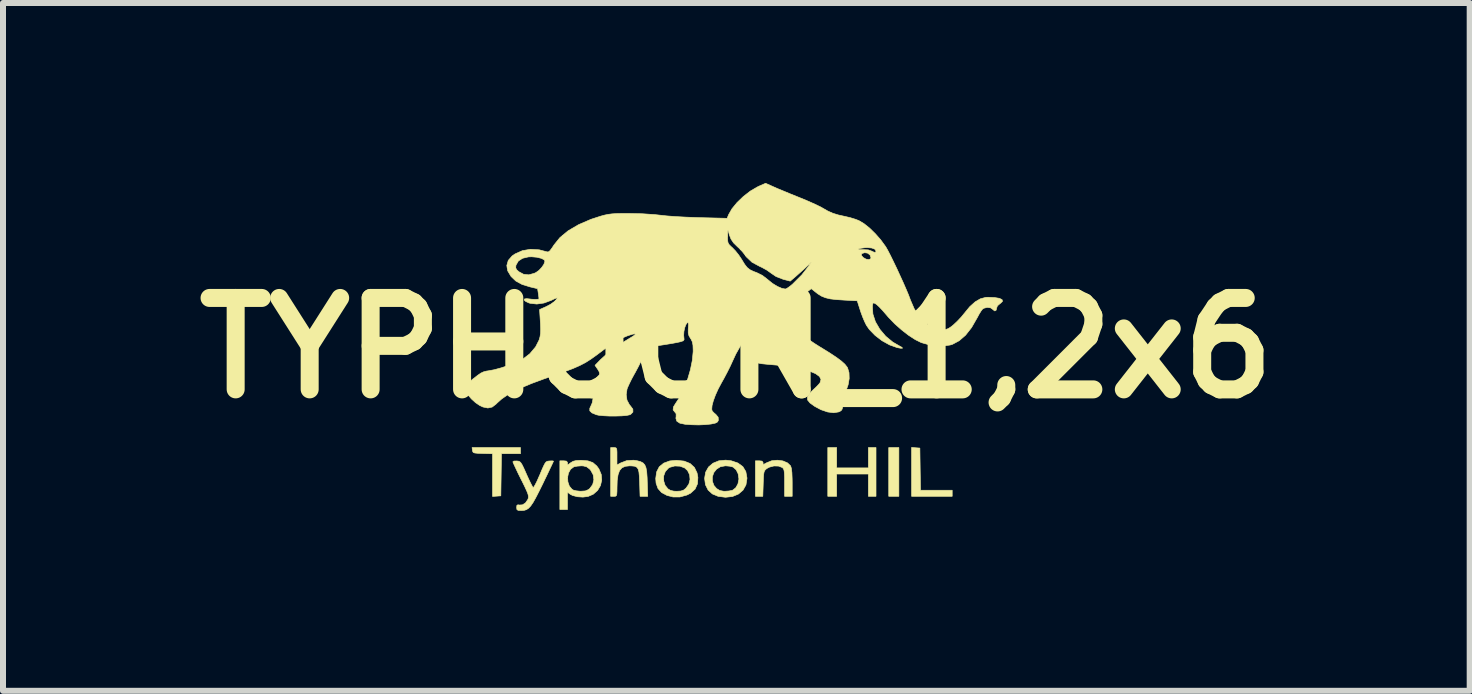
<source format=kicad_pcb>
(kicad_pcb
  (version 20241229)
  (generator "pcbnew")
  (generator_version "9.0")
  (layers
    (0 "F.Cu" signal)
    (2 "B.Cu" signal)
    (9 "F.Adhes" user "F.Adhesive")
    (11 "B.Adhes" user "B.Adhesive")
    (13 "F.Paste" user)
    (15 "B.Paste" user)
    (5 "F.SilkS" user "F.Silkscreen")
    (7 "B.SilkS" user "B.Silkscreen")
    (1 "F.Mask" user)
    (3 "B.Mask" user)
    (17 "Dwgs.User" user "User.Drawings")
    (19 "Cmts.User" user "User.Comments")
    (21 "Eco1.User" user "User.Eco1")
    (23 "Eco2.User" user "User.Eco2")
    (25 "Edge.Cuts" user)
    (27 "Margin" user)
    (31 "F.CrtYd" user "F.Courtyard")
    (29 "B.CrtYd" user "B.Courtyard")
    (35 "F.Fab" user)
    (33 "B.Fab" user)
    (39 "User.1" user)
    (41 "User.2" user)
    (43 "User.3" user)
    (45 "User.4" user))
  (footprint "TYPHOON_1,2x6"
    (layer "F.Cu")
    (at 9.224 2.751)
    (property "Reference" "TYPHOON_1,2x6" (at 0 0 0) (layer "F.SilkS") (effects (font (size 1.524 1.524) (thickness 0.3))))
    (attr through_hole)
    (fp_poly (pts (xy 2.709 2.472) (xy 2.54 2.472) (xy 2.54 1.659) (xy 2.709 1.659) (xy 2.709 2.472)) (stroke (width 0.01) (type solid)) (fill yes) (layer "F.SilkS"))
    (fp_poly (pts (xy 2.99 1.663) (xy 3.059 1.668) (xy 3.064 2.019) (xy 3.07 2.371) (xy 3.598 2.371) (xy 3.598 2.472) (xy 2.921 2.472) (xy 2.921 1.657) (xy 2.99 1.663)) (stroke (width 0.01) (type solid)) (fill yes) (layer "F.SilkS"))
    (fp_poly (pts (xy 1.672 1.998) (xy 2.201 1.998) (xy 2.201 1.659) (xy 2.328 1.659) (xy 2.328 2.472) (xy 2.201 2.472) (xy 2.201 2.1) (xy 1.672 2.1) (xy 1.672 2.472) (xy 1.524 2.472) (xy 1.524 1.659) (xy 1.672 1.659) (xy 1.672 1.998)) (stroke (width 0.01) (type solid)) (fill yes) (layer "F.SilkS"))
    (fp_poly (pts (xy -3.598 1.761) (xy -3.915 1.761) (xy -3.926 2.464) (xy -3.995 2.469) (xy -4.064 2.474) (xy -4.064 1.762) (xy -4.228 1.758) (xy -4.31 1.755) (xy -4.36 1.75) (xy -4.385 1.741) (xy -4.395 1.724) (xy -4.399 1.706) (xy -4.405 1.659) (xy -3.598 1.659) (xy -3.598 1.761)) (stroke (width 0.01) (type solid)) (fill yes) (layer "F.SilkS"))
    (fp_poly (pts (xy 0.776 1.882) (xy 0.853 1.915) (xy 0.904 1.964) (xy 0.917 2.005) (xy 0.926 2.077) (xy 0.93 2.18) (xy 0.931 2.239) (xy 0.931 2.472) (xy 0.804 2.472) (xy 0.804 2.246) (xy 0.804 2.153) (xy 0.801 2.087) (xy 0.796 2.044) (xy 0.787 2.016) (xy 0.773 1.998) (xy 0.766 1.992) (xy 0.704 1.968) (xy 0.627 1.966) (xy 0.55 1.986) (xy 0.514 2.005) (xy 0.49 2.023) (xy 0.473 2.042) (xy 0.462 2.068) (xy 0.455 2.108) (xy 0.451 2.168) (xy 0.448 2.256) (xy 0.448 2.259) (xy 0.441 2.472) (xy 0.318 2.472) (xy 0.318 1.88) (xy 0.381 1.88) (xy 0.427 1.885) (xy 0.444 1.905) (xy 0.445 1.914) (xy 0.446 1.936) (xy 0.459 1.938) (xy 0.492 1.92) (xy 0.505 1.913) (xy 0.59 1.879) (xy 0.684 1.87) (xy 0.776 1.882)) (stroke (width 0.01) (type solid)) (fill yes) (layer "F.SilkS"))
    (fp_poly (pts (xy -2.017 1.661) (xy -2.001 1.669) (xy -1.993 1.691) (xy -1.99 1.734) (xy -1.99 1.803) (xy -1.99 1.95) (xy -1.931 1.917) (xy -1.827 1.877) (xy -1.712 1.87) (xy -1.653 1.879) (xy -1.597 1.894) (xy -1.555 1.916) (xy -1.526 1.948) (xy -1.506 1.997) (xy -1.494 2.067) (xy -1.487 2.163) (xy -1.485 2.23) (xy -1.477 2.472) (xy -1.605 2.472) (xy -1.612 2.242) (xy -1.617 2.139) (xy -1.624 2.065) (xy -1.638 2.016) (xy -1.661 1.986) (xy -1.696 1.97) (xy -1.746 1.965) (xy -1.78 1.964) (xy -1.852 1.972) (xy -1.907 1.997) (xy -1.947 2.043) (xy -1.972 2.113) (xy -1.986 2.21) (xy -1.989 2.316) (xy -1.99 2.389) (xy -1.993 2.435) (xy -2 2.46) (xy -2.013 2.47) (xy -2.036 2.472) (xy -2.043 2.472) (xy -2.095 2.472) (xy -2.095 1.659) (xy -2.043 1.659) (xy -2.017 1.661)) (stroke (width 0.01) (type solid)) (fill yes) (layer "F.SilkS"))
    (fp_poly (pts (xy -0.87 1.885) (xy -0.771 1.925) (xy -0.699 1.991) (xy -0.655 2.082) (xy -0.641 2.157) (xy -0.648 2.264) (xy -0.688 2.352) (xy -0.763 2.42) (xy -0.825 2.451) (xy -0.942 2.483) (xy -1.056 2.483) (xy -1.156 2.457) (xy -1.246 2.409) (xy -1.306 2.342) (xy -1.338 2.253) (xy -1.341 2.212) (xy -1.212 2.212) (xy -1.188 2.288) (xy -1.141 2.347) (xy -1.097 2.374) (xy -1.041 2.386) (xy -0.993 2.388) (xy -0.925 2.384) (xy -0.88 2.369) (xy -0.841 2.338) (xy -0.792 2.27) (xy -0.772 2.192) (xy -0.779 2.113) (xy -0.813 2.043) (xy -0.861 1.999) (xy -0.938 1.97) (xy -1.026 1.966) (xy -1.107 1.988) (xy -1.132 2.002) (xy -1.184 2.059) (xy -1.211 2.132) (xy -1.212 2.212) (xy -1.341 2.212) (xy -1.344 2.176) (xy -1.329 2.066) (xy -1.285 1.98) (xy -1.211 1.919) (xy -1.11 1.882) (xy -0.995 1.872) (xy -0.87 1.885)) (stroke (width 0.01) (type solid)) (fill yes) (layer "F.SilkS"))
    (fp_poly (pts (xy -0.087 1.879) (xy 0.026 1.917) (xy 0.108 1.977) (xy 0.158 2.06) (xy 0.177 2.165) (xy 0.177 2.176) (xy 0.16 2.282) (xy 0.111 2.369) (xy 0.035 2.434) (xy -0.064 2.475) (xy -0.181 2.488) (xy -0.304 2.472) (xy -0.4 2.432) (xy -0.471 2.367) (xy -0.515 2.279) (xy -0.529 2.175) (xy -0.525 2.147) (xy -0.4 2.147) (xy -0.4 2.22) (xy -0.373 2.292) (xy -0.329 2.343) (xy -0.277 2.375) (xy -0.214 2.387) (xy -0.19 2.388) (xy -0.124 2.383) (xy -0.07 2.373) (xy -0.062 2.37) (xy -0.01 2.33) (xy 0.026 2.267) (xy 0.042 2.189) (xy 0.042 2.176) (xy 0.03 2.097) (xy -0.003 2.03) (xy -0.053 1.986) (xy -0.062 1.982) (xy -0.11 1.97) (xy -0.175 1.964) (xy -0.185 1.964) (xy -0.266 1.979) (xy -0.33 2.019) (xy -0.376 2.077) (xy -0.4 2.147) (xy -0.525 2.147) (xy -0.512 2.07) (xy -0.464 1.984) (xy -0.389 1.92) (xy -0.292 1.88) (xy -0.178 1.869) (xy -0.087 1.879)) (stroke (width 0.01) (type solid)) (fill yes) (layer "F.SilkS"))
    (fp_poly (pts (xy -2.474 1.881) (xy -2.392 1.91) (xy -2.327 1.966) (xy -2.291 2.015) (xy -2.252 2.108) (xy -2.244 2.202) (xy -2.265 2.293) (xy -2.313 2.374) (xy -2.385 2.437) (xy -2.471 2.474) (xy -2.557 2.485) (xy -2.649 2.479) (xy -2.73 2.458) (xy -2.77 2.437) (xy -2.815 2.403) (xy -2.815 2.692) (xy -2.942 2.692) (xy -2.942 2.157) (xy -2.813 2.157) (xy -2.808 2.232) (xy -2.784 2.301) (xy -2.74 2.354) (xy -2.715 2.369) (xy -2.671 2.38) (xy -2.606 2.387) (xy -2.587 2.387) (xy -2.516 2.382) (xy -2.466 2.36) (xy -2.445 2.344) (xy -2.395 2.277) (xy -2.375 2.197) (xy -2.386 2.114) (xy -2.428 2.037) (xy -2.448 2.015) (xy -2.497 1.979) (xy -2.553 1.965) (xy -2.586 1.964) (xy -2.651 1.969) (xy -2.704 1.979) (xy -2.711 1.982) (xy -2.764 2.022) (xy -2.798 2.084) (xy -2.813 2.157) (xy -2.942 2.157) (xy -2.942 1.88) (xy -2.879 1.88) (xy -2.833 1.885) (xy -2.816 1.904) (xy -2.815 1.916) (xy -2.814 1.94) (xy -2.802 1.942) (xy -2.772 1.921) (xy -2.761 1.912) (xy -2.72 1.888) (xy -2.671 1.876) (xy -2.599 1.872) (xy -2.582 1.872) (xy -2.474 1.881)) (stroke (width 0.01) (type solid)) (fill yes) (layer "F.SilkS"))
    (fp_poly (pts (xy -3.048 1.885) (xy -3.048 1.886) (xy -3.055 1.903) (xy -3.076 1.948) (xy -3.108 2.015) (xy -3.148 2.1) (xy -3.196 2.199) (xy -3.227 2.264) (xy -3.292 2.395) (xy -3.345 2.498) (xy -3.389 2.576) (xy -3.428 2.633) (xy -3.464 2.671) (xy -3.499 2.694) (xy -3.537 2.706) (xy -3.58 2.709) (xy -3.589 2.709) (xy -3.638 2.706) (xy -3.658 2.692) (xy -3.662 2.657) (xy -3.658 2.622) (xy -3.64 2.613) (xy -3.618 2.617) (xy -3.565 2.614) (xy -3.515 2.582) (xy -3.477 2.527) (xy -3.472 2.516) (xy -3.466 2.494) (xy -3.466 2.468) (xy -3.474 2.433) (xy -3.493 2.385) (xy -3.524 2.317) (xy -3.569 2.225) (xy -3.588 2.188) (xy -3.633 2.098) (xy -3.671 2.018) (xy -3.701 1.954) (xy -3.72 1.911) (xy -3.725 1.896) (xy -3.707 1.884) (xy -3.662 1.883) (xy -3.659 1.883) (xy -3.632 1.886) (xy -3.61 1.895) (xy -3.591 1.914) (xy -3.569 1.949) (xy -3.542 2.005) (xy -3.505 2.088) (xy -3.5 2.1) (xy -3.464 2.179) (xy -3.431 2.248) (xy -3.405 2.298) (xy -3.39 2.324) (xy -3.388 2.325) (xy -3.376 2.316) (xy -3.353 2.279) (xy -3.323 2.22) (xy -3.29 2.145) (xy -3.276 2.114) (xy -3.239 2.025) (xy -3.211 1.963) (xy -3.19 1.923) (xy -3.171 1.899) (xy -3.151 1.888) (xy -3.127 1.884) (xy -3.115 1.883) (xy -3.069 1.881) (xy -3.048 1.885)) (stroke (width 0.01) (type solid)) (fill yes) (layer "F.SilkS"))
    (fp_poly (pts (xy 0.62 -2.687) (xy 0.688 -2.657) (xy 0.783 -2.618) (xy 0.893 -2.572) (xy 1.007 -2.526) (xy 1.037 -2.514) (xy 1.148 -2.469) (xy 1.255 -2.422) (xy 1.347 -2.38) (xy 1.415 -2.346) (xy 1.429 -2.338) (xy 1.525 -2.283) (xy 1.609 -2.246) (xy 1.7 -2.218) (xy 1.808 -2.194) (xy 1.898 -2.173) (xy 1.986 -2.146) (xy 2.044 -2.123) (xy 2.128 -2.073) (xy 2.222 -1.998) (xy 2.316 -1.906) (xy 2.405 -1.805) (xy 2.481 -1.701) (xy 2.492 -1.685) (xy 2.525 -1.627) (xy 2.568 -1.544) (xy 2.618 -1.442) (xy 2.673 -1.328) (xy 2.728 -1.208) (xy 2.782 -1.09) (xy 2.83 -0.98) (xy 2.87 -0.885) (xy 2.898 -0.81) (xy 2.9 -0.804) (xy 2.964 -0.656) (xy 3.043 -0.531) (xy 3.134 -0.431) (xy 3.237 -0.358) (xy 3.347 -0.316) (xy 3.443 -0.305) (xy 3.492 -0.309) (xy 3.535 -0.325) (xy 3.585 -0.358) (xy 3.619 -0.386) (xy 3.682 -0.445) (xy 3.75 -0.517) (xy 3.798 -0.576) (xy 3.891 -0.689) (xy 3.98 -0.769) (xy 4.067 -0.82) (xy 4.156 -0.844) (xy 4.195 -0.846) (xy 4.306 -0.841) (xy 4.385 -0.828) (xy 4.429 -0.807) (xy 4.437 -0.779) (xy 4.405 -0.747) (xy 4.396 -0.741) (xy 4.352 -0.703) (xy 4.339 -0.668) (xy 4.33 -0.63) (xy 4.308 -0.618) (xy 4.281 -0.637) (xy 4.276 -0.643) (xy 4.237 -0.67) (xy 4.181 -0.677) (xy 4.126 -0.663) (xy 4.103 -0.648) (xy 4.08 -0.618) (xy 4.048 -0.567) (xy 4.015 -0.505) (xy 4.012 -0.5) (xy 3.92 -0.34) (xy 3.821 -0.214) (xy 3.715 -0.122) (xy 3.603 -0.062) (xy 3.563 -0.05) (xy 3.456 -0.035) (xy 3.33 -0.038) (xy 3.2 -0.057) (xy 3.08 -0.091) (xy 3.079 -0.092) (xy 2.982 -0.14) (xy 2.871 -0.212) (xy 2.755 -0.302) (xy 2.64 -0.404) (xy 2.535 -0.513) (xy 2.493 -0.562) (xy 2.437 -0.627) (xy 2.384 -0.683) (xy 2.342 -0.722) (xy 2.324 -0.735) (xy 2.294 -0.751) (xy 2.278 -0.748) (xy 2.271 -0.72) (xy 2.268 -0.69) (xy 2.276 -0.566) (xy 2.318 -0.438) (xy 2.391 -0.313) (xy 2.489 -0.197) (xy 2.607 -0.099) (xy 2.714 -0.037) (xy 2.761 -0.011) (xy 2.769 0.003) (xy 2.739 0.004) (xy 2.68 -0.007) (xy 2.554 -0.052) (xy 2.428 -0.122) (xy 2.312 -0.211) (xy 2.216 -0.31) (xy 2.167 -0.381) (xy 2.138 -0.44) (xy 2.105 -0.518) (xy 2.074 -0.602) (xy 2.065 -0.63) (xy 2.015 -0.787) (xy 1.807 -0.798) (xy 1.669 -0.807) (xy 1.565 -0.819) (xy 1.486 -0.838) (xy 1.421 -0.864) (xy 1.361 -0.901) (xy 1.34 -0.917) (xy 1.249 -0.989) (xy 1.188 -0.942) (xy 1.127 -0.874) (xy 1.081 -0.776) (xy 1.052 -0.65) (xy 1.043 -0.573) (xy 1.042 -0.434) (xy 1.066 -0.32) (xy 1.113 -0.226) (xy 1.128 -0.206) (xy 1.162 -0.175) (xy 1.223 -0.13) (xy 1.302 -0.076) (xy 1.392 -0.019) (xy 1.416 -0.005) (xy 1.558 0.083) (xy 1.668 0.156) (xy 1.75 0.217) (xy 1.808 0.269) (xy 1.845 0.316) (xy 1.854 0.331) (xy 1.878 0.411) (xy 1.881 0.509) (xy 1.863 0.614) (xy 1.839 0.682) (xy 1.814 0.756) (xy 1.792 0.843) (xy 1.781 0.914) (xy 1.773 0.98) (xy 1.763 1.02) (xy 1.747 1.043) (xy 1.721 1.059) (xy 1.706 1.065) (xy 1.622 1.079) (xy 1.521 1.066) (xy 1.41 1.028) (xy 1.307 0.973) (xy 1.228 0.916) (xy 1.187 0.866) (xy 1.185 0.815) (xy 1.22 0.758) (xy 1.277 0.7) (xy 1.33 0.651) (xy 1.373 0.606) (xy 1.395 0.579) (xy 1.411 0.525) (xy 1.386 0.475) (xy 1.322 0.428) (xy 1.22 0.385) (xy 1.082 0.347) (xy 0.91 0.315) (xy 0.705 0.288) (xy 0.524 0.272) (xy 0.414 0.261) (xy 0.336 0.244) (xy 0.28 0.215) (xy 0.235 0.169) (xy 0.19 0.101) (xy 0.19 0.1) (xy 0.161 0.047) (xy 0.152 0.01) (xy 0.159 -0.024) (xy 0.165 -0.037) (xy 0.217 -0.127) (xy 0.293 -0.225) (xy 0.381 -0.319) (xy 0.435 -0.367) (xy 0.485 -0.411) (xy 0.518 -0.442) (xy 0.529 -0.457) (xy 0.529 -0.457) (xy 0.505 -0.449) (xy 0.458 -0.426) (xy 0.418 -0.406) (xy 0.303 -0.327) (xy 0.193 -0.215) (xy 0.089 -0.072) (xy -0.009 0.101) (xy -0.064 0.22) (xy -0.102 0.303) (xy -0.152 0.403) (xy -0.206 0.505) (xy -0.247 0.578) (xy -0.303 0.683) (xy -0.349 0.785) (xy -0.384 0.88) (xy -0.405 0.959) (xy -0.41 1.02) (xy -0.403 1.049) (xy -0.374 1.08) (xy -0.341 1.108) (xy -0.303 1.154) (xy -0.3 1.206) (xy -0.314 1.232) (xy -0.351 1.252) (xy -0.421 1.267) (xy -0.516 1.277) (xy -0.627 1.282) (xy -0.744 1.279) (xy -0.855 1.271) (xy -0.942 1.253) (xy -0.992 1.22) (xy -1.008 1.171) (xy -1.004 1.143) (xy -1.004 1.094) (xy -1.025 1.068) (xy -1.054 1.032) (xy -1.049 0.983) (xy -1.01 0.919) (xy -1.009 0.918) (xy -0.936 0.808) (xy -0.87 0.673) (xy -0.812 0.521) (xy -0.766 0.363) (xy -0.734 0.206) (xy -0.72 0.06) (xy -0.72 0.031) (xy -0.723 -0.047) (xy -0.734 -0.103) (xy -0.755 -0.147) (xy -0.764 -0.16) (xy -0.79 -0.204) (xy -0.802 -0.25) (xy -0.802 -0.313) (xy -0.801 -0.33) (xy -0.797 -0.389) (xy -0.801 -0.419) (xy -0.812 -0.425) (xy -0.818 -0.421) (xy -0.841 -0.39) (xy -0.861 -0.338) (xy -0.874 -0.275) (xy -0.878 -0.213) (xy -0.875 -0.182) (xy -0.871 -0.141) (xy -0.886 -0.12) (xy -0.931 -0.105) (xy -0.934 -0.104) (xy -0.989 -0.092) (xy -1.069 -0.077) (xy -1.161 -0.062) (xy -1.185 -0.058) (xy -1.303 -0.04) (xy -1.387 -0.022) (xy -1.445 -0.002) (xy -1.485 0.027) (xy -1.516 0.067) (xy -1.544 0.123) (xy -1.554 0.146) (xy -1.59 0.223) (xy -1.636 0.315) (xy -1.685 0.407) (xy -1.705 0.442) (xy -1.747 0.519) (xy -1.784 0.595) (xy -1.812 0.657) (xy -1.822 0.683) (xy -1.836 0.778) (xy -1.823 0.869) (xy -1.782 0.946) (xy -1.765 0.965) (xy -1.725 1.019) (xy -1.724 1.067) (xy -1.761 1.105) (xy -1.778 1.113) (xy -1.829 1.124) (xy -1.91 1.131) (xy -2.009 1.134) (xy -2.114 1.134) (xy -2.213 1.129) (xy -2.293 1.121) (xy -2.334 1.112) (xy -2.408 1.081) (xy -2.443 1.047) (xy -2.443 1.005) (xy -2.427 0.972) (xy -2.403 0.916) (xy -2.392 0.86) (xy -2.392 0.856) (xy -2.382 0.811) (xy -2.356 0.751) (xy -2.328 0.703) (xy -2.277 0.596) (xy -2.263 0.492) (xy -2.287 0.395) (xy -2.311 0.354) (xy -2.356 0.289) (xy -2.265 0.195) (xy -2.126 0.069) (xy -1.954 -0.055) (xy -1.791 -0.155) (xy -1.72 -0.198) (xy -1.686 -0.225) (xy -1.689 -0.237) (xy -1.728 -0.231) (xy -1.802 -0.208) (xy -1.831 -0.197) (xy -1.91 -0.163) (xy -1.995 -0.117) (xy -2.092 -0.056) (xy -2.207 0.025) (xy -2.328 0.116) (xy -2.423 0.184) (xy -2.514 0.242) (xy -2.612 0.293) (xy -2.724 0.342) (xy -2.861 0.394) (xy -2.992 0.44) (xy -3.222 0.52) (xy -3.416 0.592) (xy -3.578 0.66) (xy -3.711 0.724) (xy -3.821 0.786) (xy -3.912 0.849) (xy -3.987 0.916) (xy -4.007 0.936) (xy -4.07 0.984) (xy -4.142 1) (xy -4.224 0.983) (xy -4.279 0.957) (xy -4.348 0.91) (xy -4.417 0.847) (xy -4.475 0.779) (xy -4.514 0.715) (xy -4.523 0.689) (xy -4.526 0.661) (xy -4.519 0.636) (xy -4.497 0.607) (xy -4.454 0.568) (xy -4.387 0.513) (xy -4.384 0.512) (xy -4.312 0.455) (xy -4.258 0.418) (xy -4.213 0.397) (xy -4.168 0.385) (xy -4.133 0.38) (xy -4.036 0.362) (xy -3.918 0.33) (xy -3.793 0.289) (xy -3.676 0.243) (xy -3.582 0.198) (xy -3.563 0.188) (xy -3.442 0.095) (xy -3.346 -0.019) (xy -3.288 -0.133) (xy -3.273 -0.185) (xy -3.264 -0.242) (xy -3.262 -0.312) (xy -3.265 -0.403) (xy -3.267 -0.435) (xy -3.28 -0.641) (xy -3.168 -0.691) (xy -3.095 -0.73) (xy -3.035 -0.773) (xy -2.995 -0.813) (xy -2.985 -0.837) (xy -3.001 -0.833) (xy -3.042 -0.816) (xy -3.085 -0.795) (xy -3.207 -0.75) (xy -3.326 -0.733) (xy -3.436 -0.745) (xy -3.456 -0.751) (xy -3.511 -0.776) (xy -3.536 -0.8) (xy -3.531 -0.818) (xy -3.494 -0.823) (xy -3.466 -0.82) (xy -3.408 -0.813) (xy -3.349 -0.81) (xy -3.304 -0.813) (xy -3.291 -0.817) (xy -3.291 -0.835) (xy -3.296 -0.875) (xy -3.3 -0.905) (xy -3.313 -0.989) (xy -3.436 -1.018) (xy -3.572 -1.06) (xy -3.676 -1.117) (xy -3.755 -1.192) (xy -3.811 -1.286) (xy -3.82 -1.336) (xy -3.678 -1.336) (xy -3.66 -1.303) (xy -3.624 -1.271) (xy -3.546 -1.229) (xy -3.46 -1.22) (xy -3.369 -1.245) (xy -3.342 -1.257) (xy -3.29 -1.294) (xy -3.244 -1.343) (xy -3.209 -1.394) (xy -3.192 -1.438) (xy -3.198 -1.467) (xy -3.248 -1.494) (xy -3.324 -1.513) (xy -3.412 -1.521) (xy -3.466 -1.519) (xy -3.563 -1.496) (xy -3.634 -1.45) (xy -3.673 -1.382) (xy -3.674 -1.377) (xy -3.678 -1.336) (xy -3.82 -1.336) (xy -3.826 -1.376) (xy -3.802 -1.46) (xy -3.737 -1.535) (xy -3.689 -1.568) (xy -3.566 -1.623) (xy -3.431 -1.646) (xy -3.286 -1.637) (xy -3.152 -1.602) (xy -3.131 -1.603) (xy -3.105 -1.624) (xy -3.071 -1.67) (xy -3.041 -1.716) (xy -2.972 -1.802) (xy -0.146 -1.802) (xy -0.14 -1.76) (xy -0.124 -1.728) (xy -0.091 -1.694) (xy -0.065 -1.671) (xy -0.015 -1.619) (xy 0.04 -1.55) (xy 0.088 -1.478) (xy 0.091 -1.473) (xy 0.138 -1.396) (xy 0.18 -1.342) (xy 0.227 -1.305) (xy 0.287 -1.276) (xy 0.341 -1.256) (xy 0.434 -1.21) (xy 0.526 -1.139) (xy 0.531 -1.134) (xy 0.602 -1.077) (xy 0.681 -1.028) (xy 0.757 -0.995) (xy 0.817 -0.983) (xy 0.843 -0.994) (xy 0.887 -1.024) (xy 0.935 -1.063) (xy 1.09 -1.218) (xy 1.204 -1.363) (xy 1.252 -1.431) (xy 1.171 -1.356) (xy 1.11 -1.3) (xy 1.039 -1.237) (xy 0.994 -1.197) (xy 0.898 -1.115) (xy 0.782 -1.145) (xy 0.663 -1.191) (xy 0.582 -1.246) (xy 0.511 -1.297) (xy 0.428 -1.343) (xy 0.389 -1.361) (xy 0.262 -1.429) (xy 0.164 -1.522) (xy 0.146 -1.547) (xy 2.082 -1.547) (xy 2.113 -1.51) (xy 2.115 -1.508) (xy 2.163 -1.481) (xy 2.208 -1.474) (xy 2.238 -1.486) (xy 2.244 -1.504) (xy 2.228 -1.551) (xy 2.187 -1.582) (xy 2.138 -1.589) (xy 2.091 -1.574) (xy 2.082 -1.547) (xy 0.146 -1.547) (xy 0.134 -1.564) (xy 0.1 -1.607) (xy 0.065 -1.643) (xy 2.032 -1.643) (xy 2.06 -1.639) (xy 2.106 -1.64) (xy 2.198 -1.636) (xy 2.247 -1.619) (xy 2.297 -1.596) (xy 2.322 -1.597) (xy 2.328 -1.617) (xy 2.309 -1.647) (xy 2.258 -1.667) (xy 2.184 -1.674) (xy 2.143 -1.672) (xy 2.078 -1.663) (xy 2.039 -1.653) (xy 2.032 -1.643) (xy 0.065 -1.643) (xy 0.05 -1.66) (xy 0.018 -1.689) (xy -0.047 -1.753) (xy -0.089 -1.816) (xy -0.119 -1.892) (xy -0.126 -1.922) (xy -0.135 -1.953) (xy -0.141 -1.959) (xy -0.144 -1.938) (xy -0.145 -1.887) (xy -0.146 -1.867) (xy -0.146 -1.802) (xy -2.972 -1.802) (xy -2.941 -1.84) (xy -2.804 -1.954) (xy -2.63 -2.056) (xy -2.424 -2.145) (xy -2.261 -2.198) (xy -2.195 -2.216) (xy -2.136 -2.228) (xy -2.074 -2.236) (xy -1.998 -2.241) (xy -1.898 -2.243) (xy -1.799 -2.243) (xy -1.568 -2.238) (xy -1.36 -2.224) (xy -1.27 -2.214) (xy -1.159 -2.202) (xy -1.015 -2.191) (xy -0.847 -2.182) (xy -0.667 -2.175) (xy -0.601 -2.173) (xy -0.154 -2.162) (xy -0.129 -2.223) (xy -0.073 -2.321) (xy 0.012 -2.425) (xy 0.117 -2.526) (xy 0.233 -2.616) (xy 0.351 -2.685) (xy 0.38 -2.699) (xy 0.488 -2.746) (xy 0.62 -2.687)) (stroke (width 0.01) (type solid)) (fill yes) (layer "F.SilkS")))
  (gr_rect
    (start -3 -3)
    (end 21.448 8.465)
    (stroke (width 0.1) (type default))
    (fill no)
    (layer "Edge.Cuts")))
</source>
